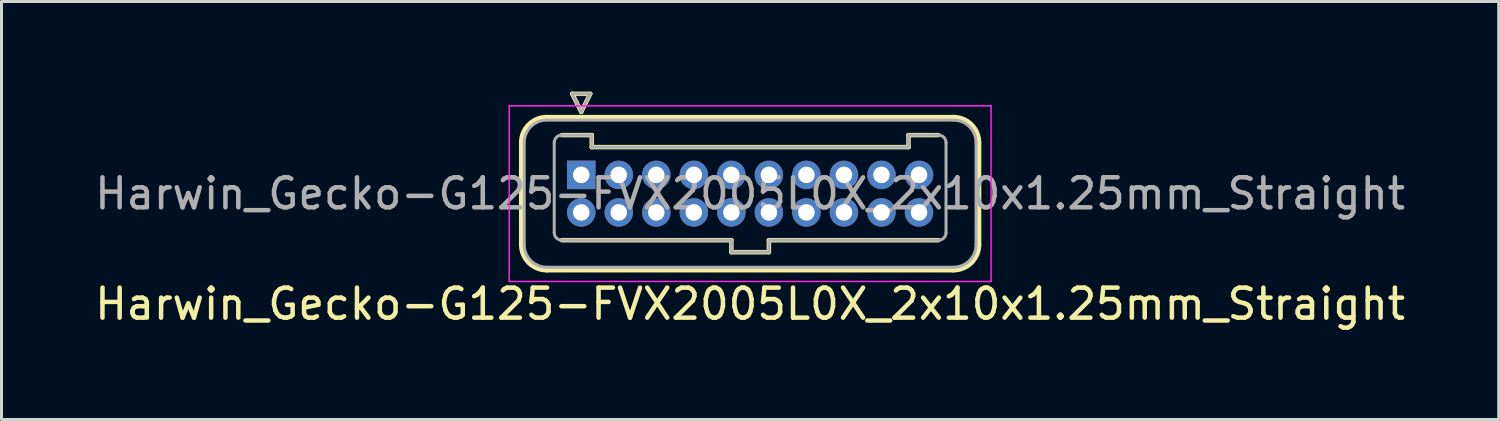
<source format=kicad_pcb>
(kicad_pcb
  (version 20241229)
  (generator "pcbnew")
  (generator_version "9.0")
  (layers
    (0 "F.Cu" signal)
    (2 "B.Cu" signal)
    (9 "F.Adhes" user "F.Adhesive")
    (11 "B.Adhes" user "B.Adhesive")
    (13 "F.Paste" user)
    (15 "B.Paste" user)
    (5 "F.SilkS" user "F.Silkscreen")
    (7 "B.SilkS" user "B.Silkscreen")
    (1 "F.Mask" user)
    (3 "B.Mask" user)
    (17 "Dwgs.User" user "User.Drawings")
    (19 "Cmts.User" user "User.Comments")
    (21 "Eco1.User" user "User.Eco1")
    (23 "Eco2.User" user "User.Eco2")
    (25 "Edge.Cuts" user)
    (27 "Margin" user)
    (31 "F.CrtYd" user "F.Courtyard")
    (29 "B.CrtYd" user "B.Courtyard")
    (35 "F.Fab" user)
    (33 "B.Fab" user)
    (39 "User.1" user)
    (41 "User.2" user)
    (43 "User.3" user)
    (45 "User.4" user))
  (footprint "Harwin_Gecko-G125-FVX2005L0X_2x10x1.25mm_Straight"
    (layer "F.Cu")
    (at 16.31 2.775)
    (property "Reference" "Harwin_Gecko-G125-FVX2005L0X_2x10x1.25mm_Straight" (at 5.625 4.3 0) (layer "F.SilkS") (effects (font (size 1 1) (thickness 0.15))))
    (attr through_hole)
    (fp_line (start -2 -1.075) (end -2 2.325) (stroke (width 0.15) (type solid)) (layer "F.SilkS"))
    (fp_line (start -1.15 -1.925) (end 12.4 -1.925) (stroke (width 0.15) (type solid)) (layer "F.SilkS"))
    (fp_line (start -1.15 3.175) (end 12.4 3.175) (stroke (width 0.15) (type solid)) (layer "F.SilkS"))
    (fp_line (start -0.65 -1.325) (end 0.35 -1.325) (stroke (width 0.15) (type solid)) (layer "F.SilkS"))
    (fp_line (start -0.65 2.175) (end 5 2.175) (stroke (width 0.15) (type solid)) (layer "F.SilkS"))
    (fp_line (start -0.3 -2.7) (end 0.3 -2.7) (stroke (width 0.15) (type solid)) (layer "F.SilkS"))
    (fp_line (start 0 -2.1) (end -0.3 -2.7) (stroke (width 0.15) (type solid)) (layer "F.SilkS"))
    (fp_line (start 0.3 -2.7) (end 0 -2.1) (stroke (width 0.15) (type solid)) (layer "F.SilkS"))
    (fp_line (start 0.35 -1.325) (end 0.35 -0.925) (stroke (width 0.15) (type solid)) (layer "F.SilkS"))
    (fp_line (start 0.35 -0.925) (end 10.9 -0.925) (stroke (width 0.15) (type solid)) (layer "F.SilkS"))
    (fp_line (start 5 2.175) (end 5 2.575) (stroke (width 0.15) (type solid)) (layer "F.SilkS"))
    (fp_line (start 5 2.575) (end 6.25 2.575) (stroke (width 0.15) (type solid)) (layer "F.SilkS"))
    (fp_line (start 6.25 2.175) (end 11.9 2.175) (stroke (width 0.15) (type solid)) (layer "F.SilkS"))
    (fp_line (start 6.25 2.575) (end 6.25 2.175) (stroke (width 0.15) (type solid)) (layer "F.SilkS"))
    (fp_line (start 10.9 -1.325) (end 11.9 -1.325) (stroke (width 0.15) (type solid)) (layer "F.SilkS"))
    (fp_line (start 10.9 -0.925) (end 10.9 -1.325) (stroke (width 0.15) (type solid)) (layer "F.SilkS"))
    (fp_line (start 13.25 -1.075) (end 13.25 2.325) (stroke (width 0.15) (type solid)) (layer "F.SilkS"))
    (fp_arc (start -2 -1.075) (mid -1.751041 -1.676041) (end -1.15 -1.925) (stroke (width 0.15) (type solid)) (layer "F.SilkS"))
    (fp_arc (start -1.15 3.175) (mid -1.751041 2.926041) (end -2 2.325) (stroke (width 0.15) (type solid)) (layer "F.SilkS"))
    (fp_arc (start 12.4 -1.925) (mid 13.001041 -1.676041) (end 13.25 -1.075) (stroke (width 0.15) (type solid)) (layer "F.SilkS"))
    (fp_arc (start 13.25 2.325) (mid 13.001041 2.926041) (end 12.4 3.175) (stroke (width 0.15) (type solid)) (layer "F.SilkS"))
    (fp_line (start -2.4 -2.3) (end -2.4 3.55) (stroke (width 0.05) (type solid)) (layer "F.CrtYd"))
    (fp_line (start -2.4 3.55) (end 13.65 3.55) (stroke (width 0.05) (type solid)) (layer "F.CrtYd"))
    (fp_line (start 13.65 -2.3) (end -2.4 -2.3) (stroke (width 0.05) (type solid)) (layer "F.CrtYd"))
    (fp_line (start 13.65 3.55) (end 13.65 -2.3) (stroke (width 0.05) (type solid)) (layer "F.CrtYd"))
    (fp_line (start -1.9 -1.075) (end -1.9 2.325) (stroke (width 0.1) (type solid)) (layer "F.Fab"))
    (fp_line (start -1.15 -1.825) (end 12.4 -1.825) (stroke (width 0.1) (type solid)) (layer "F.Fab"))
    (fp_line (start -1.15 3.075) (end 12.4 3.075) (stroke (width 0.1) (type solid)) (layer "F.Fab"))
    (fp_line (start -0.9 -1.075) (end -0.9 1.925) (stroke (width 0.1) (type solid)) (layer "F.Fab"))
    (fp_line (start -0.65 -1.325) (end 0.35 -1.325) (stroke (width 0.1) (type solid)) (layer "F.Fab"))
    (fp_line (start -0.65 2.175) (end 5 2.175) (stroke (width 0.1) (type solid)) (layer "F.Fab"))
    (fp_line (start -0.3 -2.7) (end 0.3 -2.7) (stroke (width 0.1) (type solid)) (layer "F.Fab"))
    (fp_line (start 0 -2.1) (end -0.3 -2.7) (stroke (width 0.1) (type solid)) (layer "F.Fab"))
    (fp_line (start 0.3 -2.7) (end 0 -2.1) (stroke (width 0.1) (type solid)) (layer "F.Fab"))
    (fp_line (start 0.35 -1.325) (end 0.35 -0.925) (stroke (width 0.1) (type solid)) (layer "F.Fab"))
    (fp_line (start 0.35 -0.925) (end 10.9 -0.925) (stroke (width 0.1) (type solid)) (layer "F.Fab"))
    (fp_line (start 5 2.175) (end 5 2.575) (stroke (width 0.1) (type solid)) (layer "F.Fab"))
    (fp_line (start 5 2.575) (end 6.25 2.575) (stroke (width 0.1) (type solid)) (layer "F.Fab"))
    (fp_line (start 6.25 2.175) (end 11.9 2.175) (stroke (width 0.1) (type solid)) (layer "F.Fab"))
    (fp_line (start 6.25 2.575) (end 6.25 2.175) (stroke (width 0.1) (type solid)) (layer "F.Fab"))
    (fp_line (start 10.9 -1.325) (end 11.9 -1.325) (stroke (width 0.1) (type solid)) (layer "F.Fab"))
    (fp_line (start 10.9 -0.925) (end 10.9 -1.325) (stroke (width 0.1) (type solid)) (layer "F.Fab"))
    (fp_line (start 12.15 -1.075) (end 12.15 1.925) (stroke (width 0.1) (type solid)) (layer "F.Fab"))
    (fp_line (start 13.15 -1.075) (end 13.15 2.325) (stroke (width 0.1) (type solid)) (layer "F.Fab"))
    (fp_arc (start -1.9 -1.075) (mid -1.68033 -1.60533) (end -1.15 -1.825) (stroke (width 0.1) (type solid)) (layer "F.Fab"))
    (fp_arc (start -1.15 3.075) (mid -1.68033 2.85533) (end -1.9 2.325) (stroke (width 0.1) (type solid)) (layer "F.Fab"))
    (fp_arc (start -0.9 -1.075) (mid -0.826777 -1.251777) (end -0.65 -1.325) (stroke (width 0.1) (type solid)) (layer "F.Fab"))
    (fp_arc (start -0.65 2.175) (mid -0.826777 2.101777) (end -0.9 1.925) (stroke (width 0.1) (type solid)) (layer "F.Fab"))
    (fp_arc (start 11.9 -1.325) (mid 12.076777 -1.251777) (end 12.15 -1.075) (stroke (width 0.1) (type solid)) (layer "F.Fab"))
    (fp_arc (start 12.15 1.925) (mid 12.076777 2.101777) (end 11.9 2.175) (stroke (width 0.1) (type solid)) (layer "F.Fab"))
    (fp_arc (start 12.4 -1.825) (mid 12.93033 -1.60533) (end 13.15 -1.075) (stroke (width 0.1) (type solid)) (layer "F.Fab"))
    (fp_arc (start 13.15 2.325) (mid 12.93033 2.85533) (end 12.4 3.075) (stroke (width 0.1) (type solid)) (layer "F.Fab"))
    (fp_text user "${REFERENCE}" (at 5.625 0.625 0) (layer "F.Fab") (effects (font (size 1 1) (thickness 0.15))))
    (pad "1" thru_hole rect (at 0 0) (size 0.95 0.95) (drill 0.55) (layers "*.Cu" "*.Mask"))
    (pad "2" thru_hole circle (at 1.25 0) (size 0.95 0.95) (drill 0.55) (layers "*.Cu" "*.Mask"))
    (pad "3" thru_hole circle (at 2.5 0) (size 0.95 0.95) (drill 0.55) (layers "*.Cu" "*.Mask"))
    (pad "4" thru_hole circle (at 3.75 0) (size 0.95 0.95) (drill 0.55) (layers "*.Cu" "*.Mask"))
    (pad "5" thru_hole circle (at 5 0) (size 0.95 0.95) (drill 0.55) (layers "*.Cu" "*.Mask"))
    (pad "6" thru_hole circle (at 6.25 0) (size 0.95 0.95) (drill 0.55) (layers "*.Cu" "*.Mask"))
    (pad "7" thru_hole circle (at 7.5 0) (size 0.95 0.95) (drill 0.55) (layers "*.Cu" "*.Mask"))
    (pad "8" thru_hole circle (at 8.75 0) (size 0.95 0.95) (drill 0.55) (layers "*.Cu" "*.Mask"))
    (pad "9" thru_hole circle (at 10 0) (size 0.95 0.95) (drill 0.55) (layers "*.Cu" "*.Mask"))
    (pad "10" thru_hole circle (at 11.25 0) (size 0.95 0.95) (drill 0.55) (layers "*.Cu" "*.Mask"))
    (pad "11" thru_hole circle (at 0 1.25) (size 0.95 0.95) (drill 0.55) (layers "*.Cu" "*.Mask"))
    (pad "12" thru_hole circle (at 1.25 1.25) (size 0.95 0.95) (drill 0.55) (layers "*.Cu" "*.Mask"))
    (pad "13" thru_hole circle (at 2.5 1.25) (size 0.95 0.95) (drill 0.55) (layers "*.Cu" "*.Mask"))
    (pad "14" thru_hole circle (at 3.75 1.25) (size 0.95 0.95) (drill 0.55) (layers "*.Cu" "*.Mask"))
    (pad "15" thru_hole circle (at 5 1.25) (size 0.95 0.95) (drill 0.55) (layers "*.Cu" "*.Mask"))
    (pad "16" thru_hole circle (at 6.25 1.25) (size 0.95 0.95) (drill 0.55) (layers "*.Cu" "*.Mask"))
    (pad "17" thru_hole circle (at 7.5 1.25) (size 0.95 0.95) (drill 0.55) (layers "*.Cu" "*.Mask"))
    (pad "18" thru_hole circle (at 8.75 1.25) (size 0.95 0.95) (drill 0.55) (layers "*.Cu" "*.Mask"))
    (pad "19" thru_hole circle (at 10 1.25) (size 0.95 0.95) (drill 0.55) (layers "*.Cu" "*.Mask"))
    (pad "20" thru_hole circle (at 11.25 1.25) (size 0.95 0.95) (drill 0.55) (layers "*.Cu" "*.Mask")))
  (gr_rect
    (start -3 -3)
    (end 46.869 10.923)
    (stroke (width 0.1) (type default))
    (fill no)
    (layer "Edge.Cuts")))
</source>
